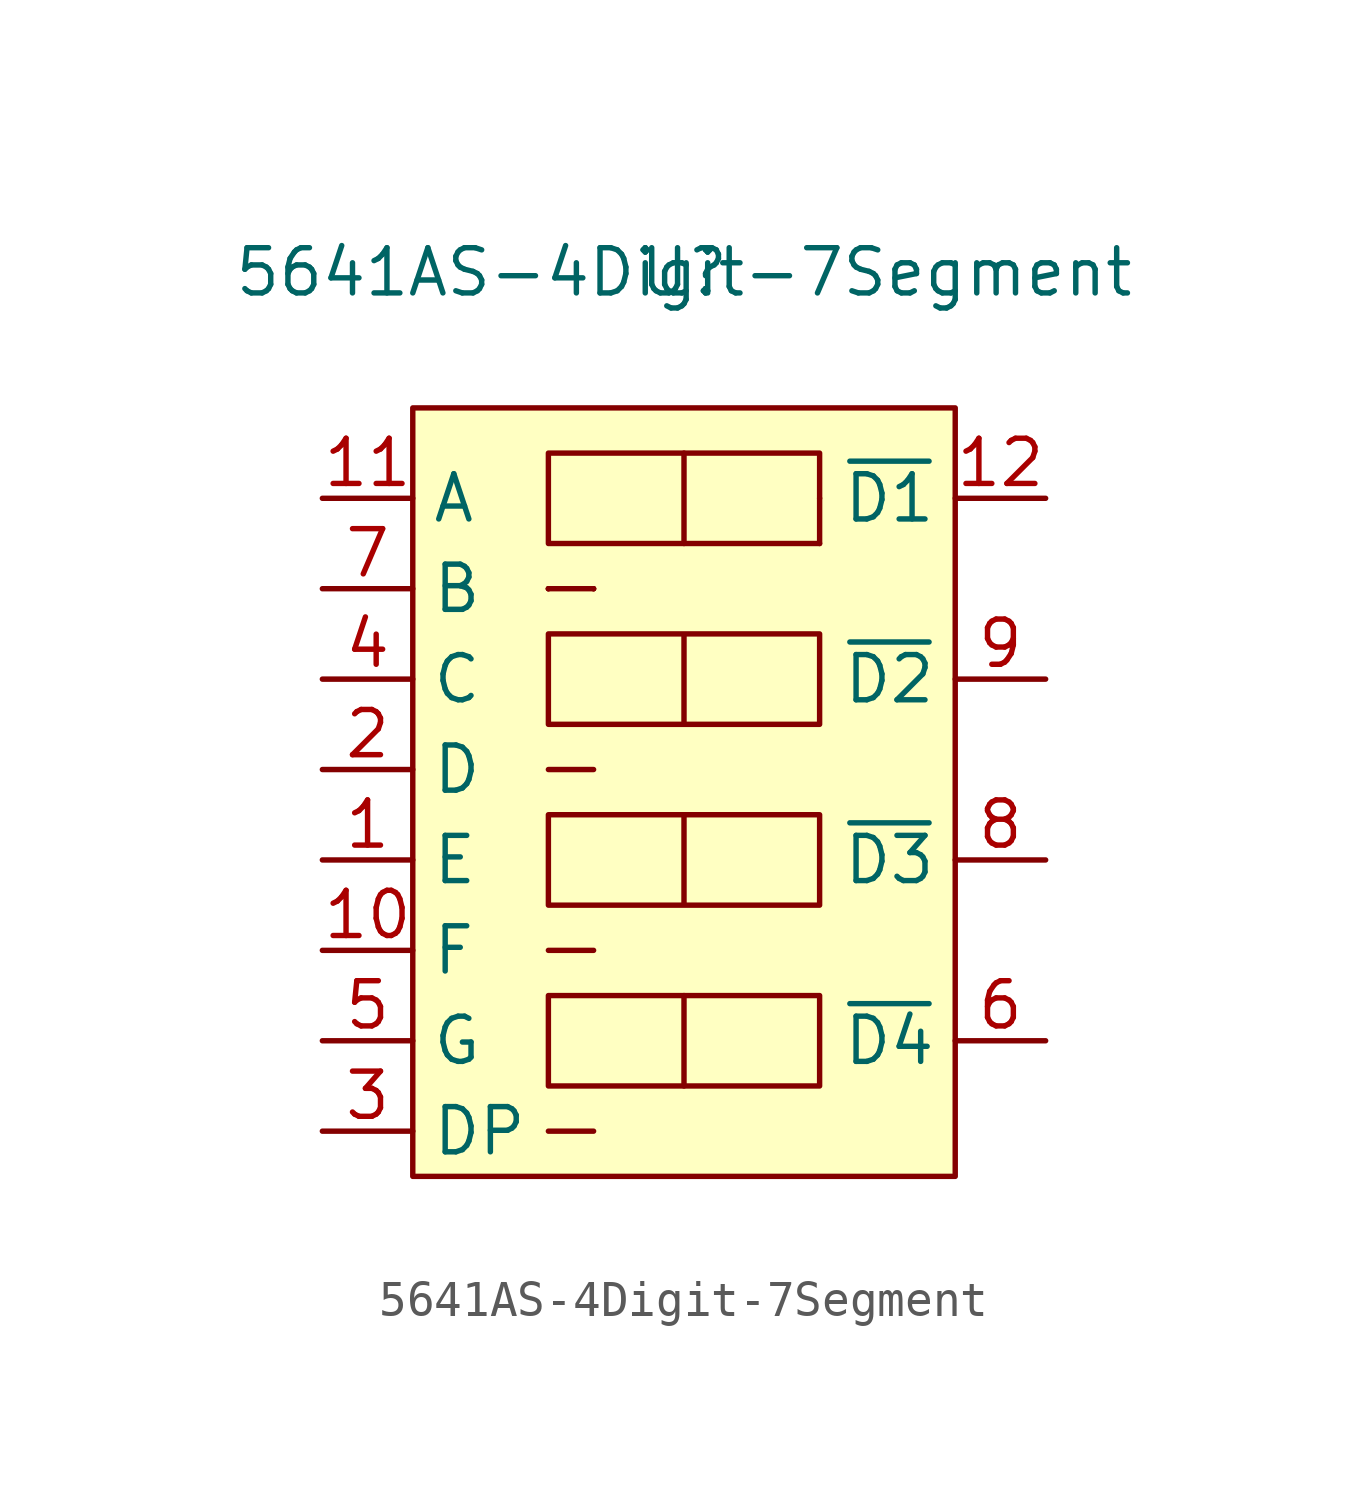
<source format=kicad_sym>
(kicad_symbol_lib
  (version 20211014)
  (generator kicad_symbol_editor)
  (symbol "5641AS-4Digit-7Segment"
    (property "Reference" "U"
      (at 0 0 0)
      (effects (font (size 1.27 1.27))))
    (property "Value" "5641AS-4Digit-7Segment"
      (at 0 0 0)
      (effects (font (size 1.27 1.27))))
    (symbol "5641AS-4Digit-7Segment_0_1"
      (rectangle (start -7.62 -3.81) (end 7.62 -25.4) (stroke (width 0) (type default) (color 0 0 0 0)) (fill (type background)))
      (polyline (pts (xy -3.81 -13.97) (xy -2.54 -13.97)) (stroke (width 0) (type default) (color 0 0 0 0)) (fill (type none)))
      (polyline (pts (xy -3.81 -8.89) (xy -3.81 -8.89)) (stroke (width 0) (type default) (color 0 0 0 0)) (fill (type none)))
      (polyline (pts (xy -3.81 -8.89) (xy -3.81 -8.89)) (stroke (width 0) (type default) (color 0 0 0 0)) (fill (type none)))
      (polyline (pts (xy -3.81 -8.89) (xy -2.54 -8.89)) (stroke (width 0) (type default) (color 0 0 0 0)) (fill (type none)))
      (polyline (pts (xy -2.54 -24.13) (xy -3.81 -24.13)) (stroke (width 0) (type default) (color 0 0 0 0)) (fill (type none)))
      (polyline (pts (xy -2.54 -19.05) (xy -3.81 -19.05)) (stroke (width 0) (type default) (color 0 0 0 0)) (fill (type none)))
      (polyline (pts (xy -2.54 -8.89) (xy -2.54 -8.89)) (stroke (width 0) (type default) (color 0 0 0 0)) (fill (type none)))
      (polyline (pts (xy -2.54 -8.89) (xy -2.54 -8.89)) (stroke (width 0) (type default) (color 0 0 0 0)) (fill (type none)))
      (polyline (pts (xy 0 -20.32) (xy 0 -22.86)) (stroke (width 0) (type default) (color 0 0 0 0)) (fill (type none)))
      (polyline (pts (xy 0 -5.08) (xy 0 -7.62)) (stroke (width 0) (type default) (color 0 0 0 0)) (fill (type none)))
      (polyline (pts (xy 3.81 -7.62) (xy 3.81 -6.35)) (stroke (width 0) (type default) (color 0 0 0 0)) (fill (type none)))
      (polyline (pts (xy -3.81 -20.32) (xy -3.81 -22.86) (xy 3.81 -22.86) (xy 3.81 -20.32) (xy -3.81 -20.32)) (stroke (width 0) (type default) (color 0 0 0 0)) (fill (type none)))
      (polyline (pts (xy 3.81 -7.62) (xy -3.81 -7.62) (xy -3.81 -6.35) (xy -3.81 -5.08) (xy 3.81 -5.08) (xy 3.81 -6.35)) (stroke (width 0) (type default) (color 0 0 0 0)) (fill (type none)))
      (polyline (pts (xy -3.81 -15.24) (xy 3.81 -15.24) (xy 3.81 -17.78) (xy -3.81 -17.78) (xy -3.81 -15.24) (xy 0 -15.24) (xy 0 -17.78)) (stroke (width 0) (type default) (color 0 0 0 0)) (fill (type none)))
      (polyline (pts (xy -3.81 -10.16) (xy 3.81 -10.16) (xy 3.81 -12.7) (xy -3.81 -12.7) (xy -3.81 -10.16) (xy 0 -10.16) (xy 0 -12.7)) (stroke (width 0) (type default) (color 0 0 0 0)) (fill (type none))))
    (symbol "5641AS-4Digit-7Segment_1_1"
      (pin input line (at -10.16 -16.51 0) (length 2.54) (name "E" (effects (font (size 1.27 1.27)))) (number "1" (effects (font (size 1.27 1.27)))))
      (pin input line (at -10.16 -19.05 0) (length 2.54) (name "F" (effects (font (size 1.27 1.27)))) (number "10" (effects (font (size 1.27 1.27)))))
      (pin input line (at -10.16 -6.35 0) (length 2.54) (name "A" (effects (font (size 1.27 1.27)))) (number "11" (effects (font (size 1.27 1.27)))))
      (pin input line (at 10.16 -6.35 180) (length 2.54) (name "~{D1}" (effects (font (size 1.27 1.27)))) (number "12" (effects (font (size 1.27 1.27)))))
      (pin input line (at -10.16 -13.97 0) (length 2.54) (name "D" (effects (font (size 1.27 1.27)))) (number "2" (effects (font (size 1.27 1.27)))))
      (pin input line (at -10.16 -24.13 0) (length 2.54) (name "DP" (effects (font (size 1.27 1.27)))) (number "3" (effects (font (size 1.27 1.27)))))
      (pin input line (at -10.16 -11.43 0) (length 2.54) (name "C" (effects (font (size 1.27 1.27)))) (number "4" (effects (font (size 1.27 1.27)))))
      (pin input line (at -10.16 -21.59 0) (length 2.54) (name "G" (effects (font (size 1.27 1.27)))) (number "5" (effects (font (size 1.27 1.27)))))
      (pin input line (at 10.16 -21.59 180) (length 2.54) (name "~{D4}" (effects (font (size 1.27 1.27)))) (number "6" (effects (font (size 1.27 1.27)))))
      (pin input line (at -10.16 -8.89 0) (length 2.54) (name "B" (effects (font (size 1.27 1.27)))) (number "7" (effects (font (size 1.27 1.27)))))
      (pin input line (at 10.16 -16.51 180) (length 2.54) (name "~{D3}" (effects (font (size 1.27 1.27)))) (number "8" (effects (font (size 1.27 1.27)))))
      (pin input line (at 10.16 -11.43 180) (length 2.54) (name "~{D2}" (effects (font (size 1.27 1.27)))) (number "9" (effects (font (size 1.27 1.27))))))))
</source>
